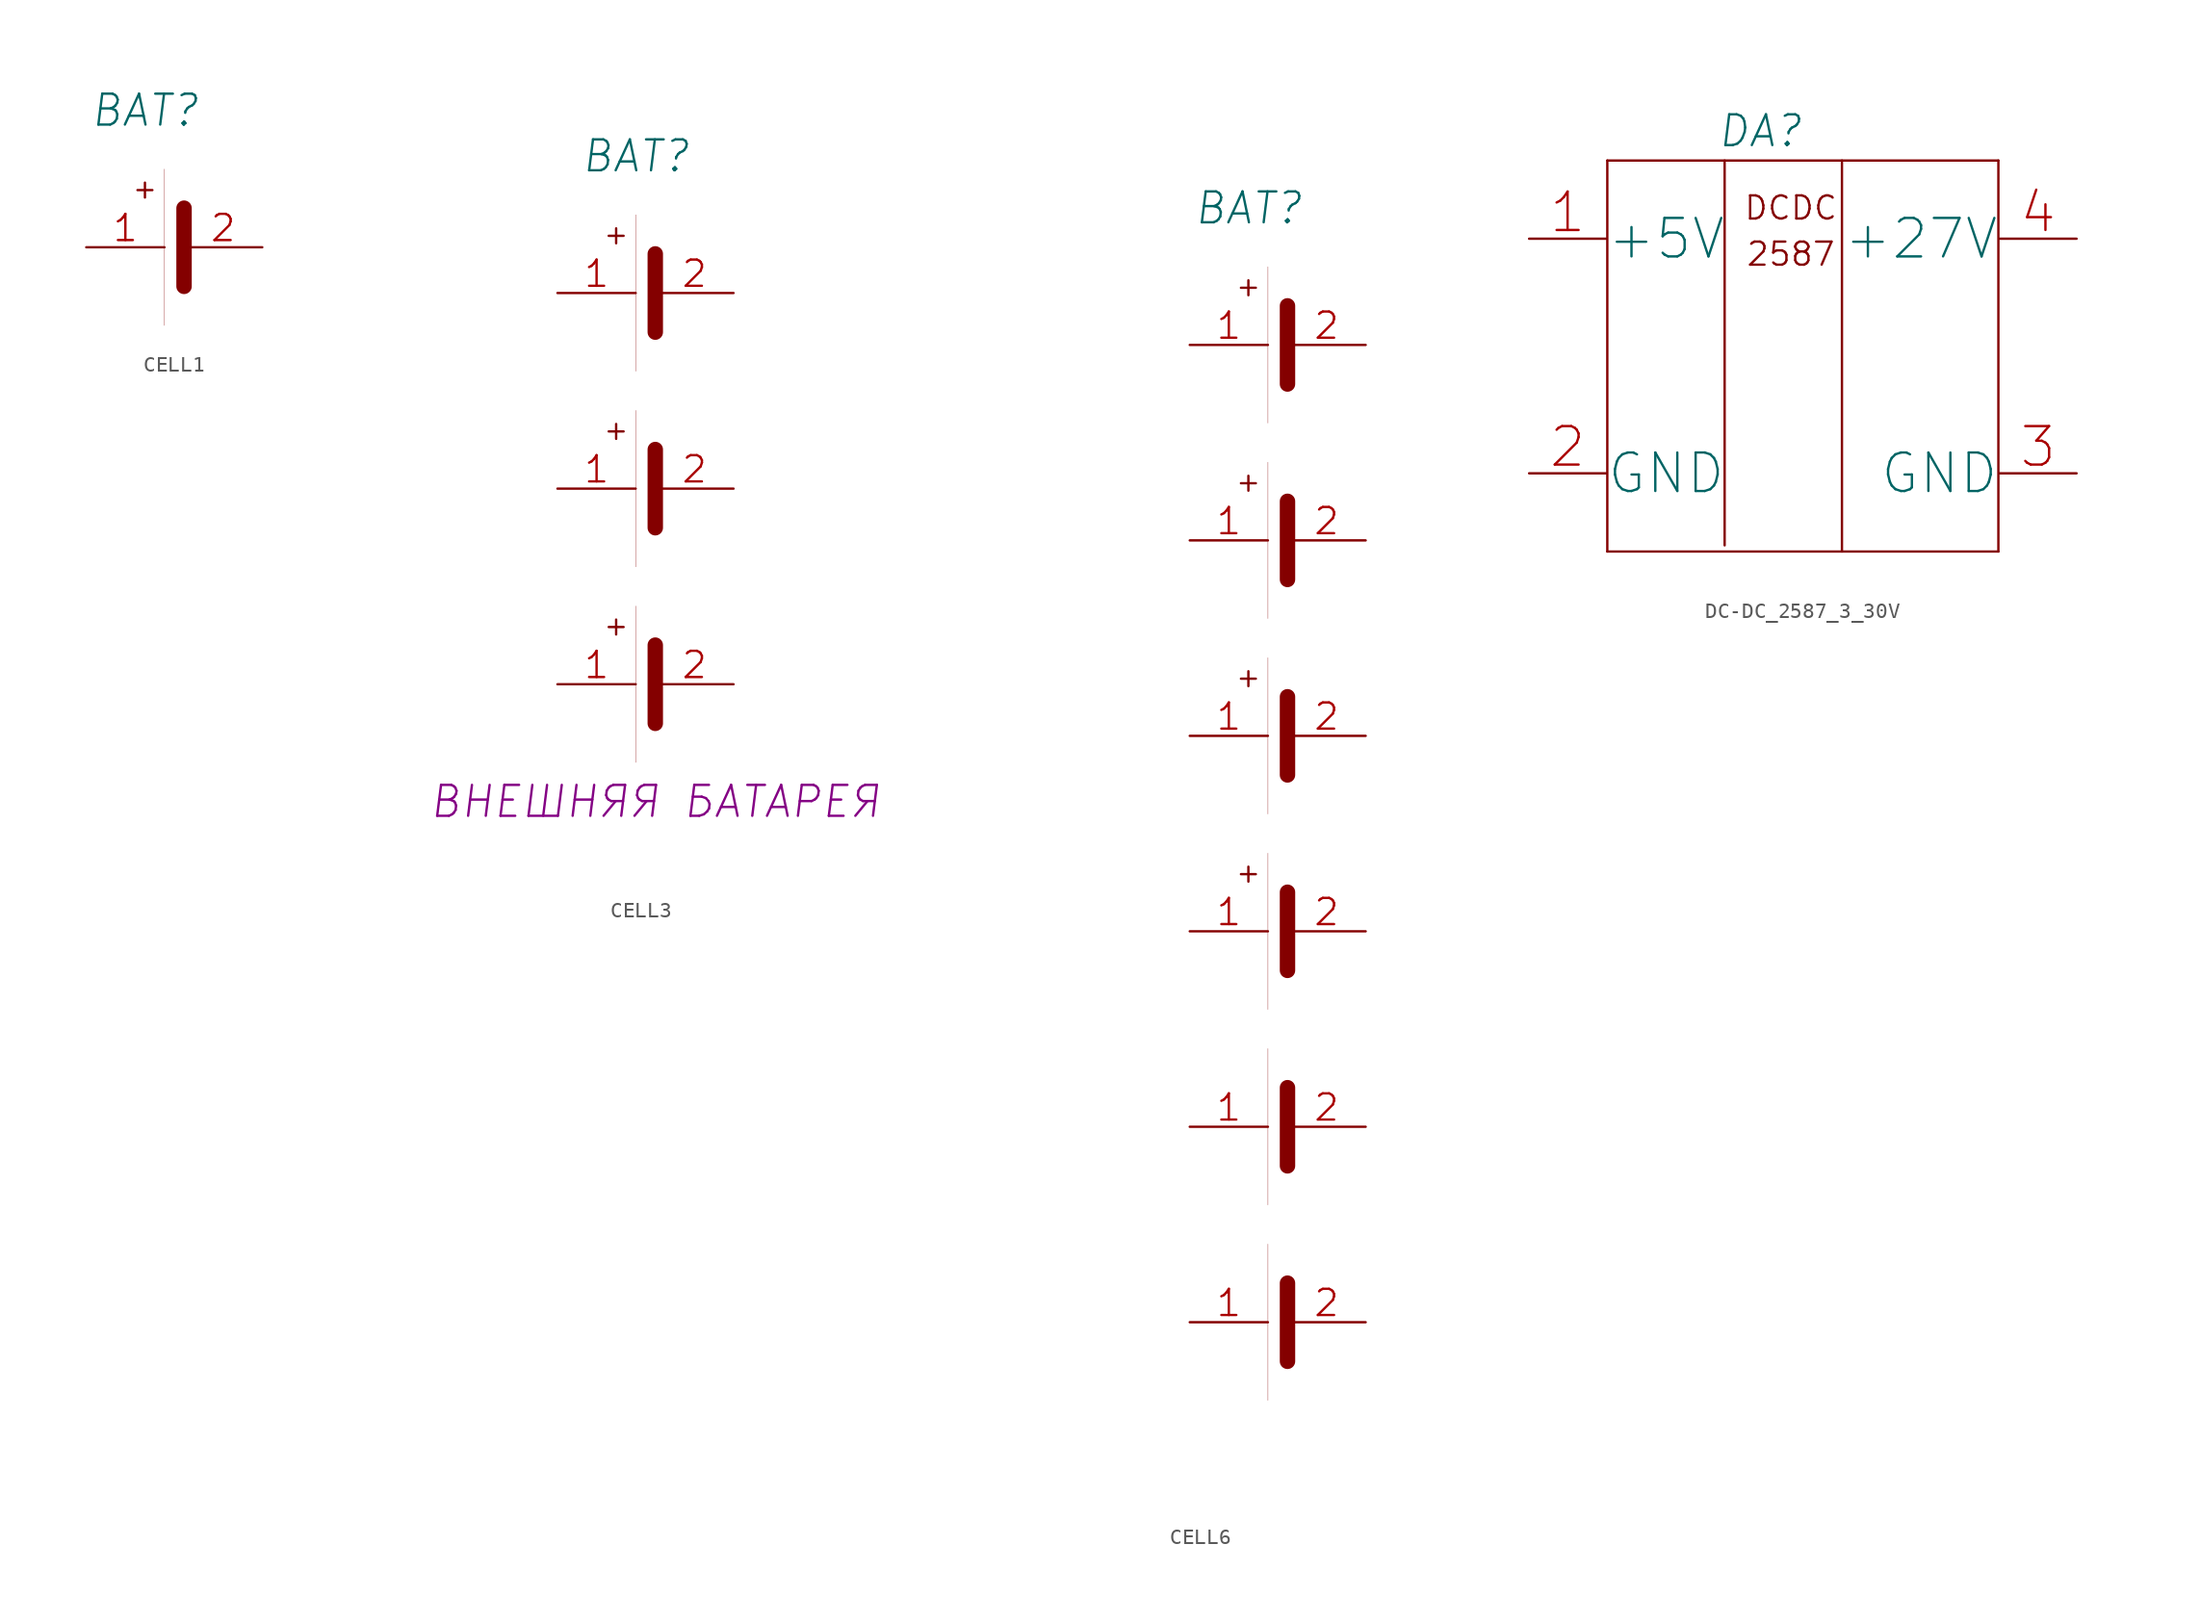
<source format=kicad_sym>
(kicad_symbol_lib
  (version 20201005)
  (generator kicad_symbol_editor)
  (symbol "power_modules:CELL1"
    (pin_names
      (offset 0.635))
    (property "Reference" "BAT"
      (at 3.81 8.89 0)
      (effects (font (size 2.007 2.007) italic)))
    (symbol "CELL1_0_0"
      (text "+" (at 3.81 3.81 0) (effects (font (size 1.27 1.27))))
      (polyline (pts (xy 5.08 5.08) (xy 5.08 -5.08) (xy 5.08 -3.81)) (stroke (width 0.001)) (fill (type none)))
      (polyline (pts (xy 6.35 2.54) (xy 6.35 -2.54)) (stroke (width 1.001)) (fill (type none)))
      (pin power_in line (at 0 0 0) (length 5.08) (name "~" (effects (font (size 2.007 2.007)))) (number "1" (effects (font (size 1.702 1.702))))))
    (symbol "CELL1_1_1"
      (pin power_in line (at 11.43 0 180) (length 5.08) (name "~" (effects (font (size 2.007 2.007)))) (number "2" (effects (font (size 1.702 1.702)))))))
  (symbol "power_modules:CELL3"
    (pin_names
      (offset 0.635))
    (property "Reference" "BAT"
      (at 5.08 8.89 0)
      (effects (font (size 2.007 2.007) italic)))
    (property "ValueName" "ВНЕШНЯЯ БАТАРЕЯ"
      (at 6.35 -33.02 0)
      (effects (font (size 2.007 2.007) italic)))
    (symbol "CELL3_0_0"
      (text "+" (at 3.81 3.81 0) (effects (font (size 1.27 1.27))))
      (text "+" (at 3.81 -8.89 0) (effects (font (size 1.27 1.27))))
      (text "" (at -10.16 0 0) (effects (font (size 1.27 1.27))))
      (text "+" (at 3.81 -21.59 0) (effects (font (size 1.27 1.27))))
      (text "" (at -10.16 -25.4 0) (effects (font (size 1.27 1.27))))
      (polyline (pts (xy 5.08 5.08) (xy 5.08 -5.08) (xy 5.08 -3.81)) (stroke (width 0.001)) (fill (type none)))
      (polyline (pts (xy 6.35 2.54) (xy 6.35 -2.54)) (stroke (width 1.001)) (fill (type none)))
      (polyline (pts (xy 5.08 -7.62) (xy 5.08 -17.78) (xy 5.08 -16.51)) (stroke (width 0.001)) (fill (type none)))
      (polyline (pts (xy 6.35 -10.16) (xy 6.35 -15.24)) (stroke (width 1.001)) (fill (type none)))
      (polyline (pts (xy 5.08 -20.32) (xy 5.08 -30.48) (xy 5.08 -29.21)) (stroke (width 0.001)) (fill (type none)))
      (polyline (pts (xy 6.35 -22.86) (xy 6.35 -27.94)) (stroke (width 1.001)) (fill (type none)))
      (pin power_in line (at 0 0 0) (length 5.08) (name "~" (effects (font (size 2.007 2.007)))) (number "1" (effects (font (size 1.702 1.702)))))
      (pin power_in line (at 0 -12.7 0) (length 5.08) (name "~" (effects (font (size 2.007 2.007)))) (number "1" (effects (font (size 1.702 1.702)))))
      (pin power_in line (at 0 -25.4 0) (length 5.08) (name "~" (effects (font (size 2.007 2.007)))) (number "1" (effects (font (size 1.702 1.702))))))
    (symbol "CELL3_1_1"
      (pin power_in line (at 11.43 0 180) (length 5.08) (name "~" (effects (font (size 2.007 2.007)))) (number "2" (effects (font (size 1.702 1.702)))))
      (pin power_in line (at 11.43 -12.7 180) (length 5.08) (name "~" (effects (font (size 2.007 2.007)))) (number "2" (effects (font (size 1.702 1.702)))))
      (pin power_in line (at 11.43 -25.4 180) (length 5.08) (name "~" (effects (font (size 2.007 2.007)))) (number "2" (effects (font (size 1.702 1.702)))))))
  (symbol "power_modules:CELL6"
    (pin_names
      (offset 0.635))
    (property "Reference" "BAT"
      (at 3.81 8.89 0)
      (effects (font (size 2.007 2.007) italic)))
    (symbol "CELL6_0_0"
      (text "+" (at 3.81 3.81 0) (effects (font (size 1.27 1.27))))
      (text "+" (at 3.81 -8.89 0) (effects (font (size 1.27 1.27))))
      (text "" (at -10.16 0 0) (effects (font (size 1.27 1.27))))
      (text "+" (at 3.81 -21.59 0) (effects (font (size 1.27 1.27))))
      (text "" (at -10.16 -25.4 0) (effects (font (size 1.27 1.27))))
      (text "+" (at 3.81 -34.29 0) (effects (font (size 1.27 1.27))))
      (text "" (at -10.16 -38.1 0) (effects (font (size 1.27 1.27))))
      (polyline (pts (xy 5.08 5.08) (xy 5.08 -5.08) (xy 5.08 -3.81)) (stroke (width 0.001)) (fill (type none)))
      (polyline (pts (xy 6.35 2.54) (xy 6.35 -2.54)) (stroke (width 1.001)) (fill (type none)))
      (polyline (pts (xy 5.08 -7.62) (xy 5.08 -17.78) (xy 5.08 -16.51)) (stroke (width 0.001)) (fill (type none)))
      (polyline (pts (xy 6.35 -10.16) (xy 6.35 -15.24)) (stroke (width 1.001)) (fill (type none)))
      (polyline (pts (xy 5.08 -20.32) (xy 5.08 -30.48) (xy 5.08 -29.21)) (stroke (width 0.001)) (fill (type none)))
      (polyline (pts (xy 6.35 -22.86) (xy 6.35 -27.94)) (stroke (width 1.001)) (fill (type none)))
      (polyline (pts (xy 6.35 -35.56) (xy 6.35 -40.64)) (stroke (width 1.001)) (fill (type none)))
      (polyline (pts (xy 6.35 -48.26) (xy 6.35 -53.34)) (stroke (width 1.001)) (fill (type none)))
      (polyline (pts (xy 5.08 -45.72) (xy 5.08 -55.88) (xy 5.08 -54.61)) (stroke (width 0.001)) (fill (type none)))
      (polyline (pts (xy 5.08 -33.02) (xy 5.08 -43.18) (xy 5.08 -41.91)) (stroke (width 0.001)) (fill (type none)))
      (polyline (pts (xy 6.35 -60.96) (xy 6.35 -66.04)) (stroke (width 1.001)) (fill (type none)))
      (polyline (pts (xy 5.08 -58.42) (xy 5.08 -68.58) (xy 5.08 -67.31)) (stroke (width 0.001)) (fill (type none)))
      (pin power_in line (at 0 0 0) (length 5.08) (name "~" (effects (font (size 2.007 2.007)))) (number "1" (effects (font (size 1.702 1.702)))))
      (pin power_in line (at 0 -12.7 0) (length 5.08) (name "~" (effects (font (size 2.007 2.007)))) (number "1" (effects (font (size 1.702 1.702)))))
      (pin power_in line (at 0 -25.4 0) (length 5.08) (name "~" (effects (font (size 2.007 2.007)))) (number "1" (effects (font (size 1.702 1.702)))))
      (pin power_in line (at 0 -38.1 0) (length 5.08) (name "~" (effects (font (size 2.007 2.007)))) (number "1" (effects (font (size 1.702 1.702)))))
      (pin power_in line (at 0 -50.8 0) (length 5.08) (name "~" (effects (font (size 2.007 2.007)))) (number "1" (effects (font (size 1.702 1.702)))))
      (pin power_in line (at 0 -63.5 0) (length 5.08) (name "~" (effects (font (size 2.007 2.007)))) (number "1" (effects (font (size 1.702 1.702))))))
    (symbol "CELL6_1_1"
      (pin power_in line (at 11.43 0 180) (length 5.08) (name "~" (effects (font (size 2.007 2.007)))) (number "2" (effects (font (size 1.702 1.702)))))
      (pin power_in line (at 11.43 -12.7 180) (length 5.08) (name "~" (effects (font (size 2.007 2.007)))) (number "2" (effects (font (size 1.702 1.702)))))
      (pin power_in line (at 11.43 -25.4 180) (length 5.08) (name "~" (effects (font (size 2.007 2.007)))) (number "2" (effects (font (size 1.702 1.702)))))
      (pin power_in line (at 11.43 -63.5 180) (length 5.08) (name "~" (effects (font (size 2.007 2.007)))) (number "2" (effects (font (size 1.702 1.702)))))
      (pin power_in line (at 11.43 -38.1 180) (length 5.08) (name "~" (effects (font (size 2.007 2.007)))) (number "2" (effects (font (size 1.702 1.702)))))
      (pin power_in line (at 11.43 -50.8 180) (length 5.08) (name "~" (effects (font (size 2.007 2.007)))) (number "2" (effects (font (size 1.702 1.702)))))))
  (symbol "power_modules:DC-DC_2587_3_30V"
    (pin_names
      (offset 0.002))
    (property "Reference" "DA"
      (at 15 7 0)
      (effects (font (size 2 2) italic)))
    (symbol "DC-DC_2587_3_30V_0_0"
      (text "DCDC" (at 17 2 0) (effects (font (size 1.5 1.5))))
      (text "2587" (at 17 -1 0) (effects (font (size 1.5 1.5))))
      (polyline (pts (xy 5.08 5.08) (xy 30.48 5.08)) (stroke (width 0)) (fill (type none)))
      (polyline (pts (xy 5.08 -20.32) (xy 30.48 -20.32)) (stroke (width 0)) (fill (type none)))
      (pin power_in line (at 0 0 0) (length 5) (name "+5V" (effects (font (size 2.5 2.5)))) (number "1" (effects (font (size 2.5 2.5))))))
    (symbol "DC-DC_2587_3_30V_0_1"
      (polyline (pts (xy 5.08 -20.32) (xy 5.08 5.08)) (stroke (width 0)) (fill (type none)))
      (polyline (pts (xy 12.7 5.08) (xy 12.7 -19.92)) (stroke (width 0)) (fill (type none)))
      (polyline (pts (xy 20.32 -20.32) (xy 20.32 5.08)) (stroke (width 0)) (fill (type none)))
      (polyline (pts (xy 30.48 5.08) (xy 30.48 -20.32)) (stroke (width 0)) (fill (type none))))
    (symbol "DC-DC_2587_3_30V_1_1"
      (pin power_in line (at 0 -15.24 0) (length 5) (name "GND" (effects (font (size 2.5 2.5)))) (number "2" (effects (font (size 2.5 2.5)))))
      (pin power_out line (at 35.56 0 180) (length 5) (name "+27V" (effects (font (size 2.5 2.5)))) (number "4" (effects (font (size 2.5 2.5)))))
      (pin power_out line (at 35.56 -15.24 180) (length 5) (name "GND" (effects (font (size 2.5 2.5)))) (number "3" (effects (font (size 2.5 2.5))))))))
</source>
